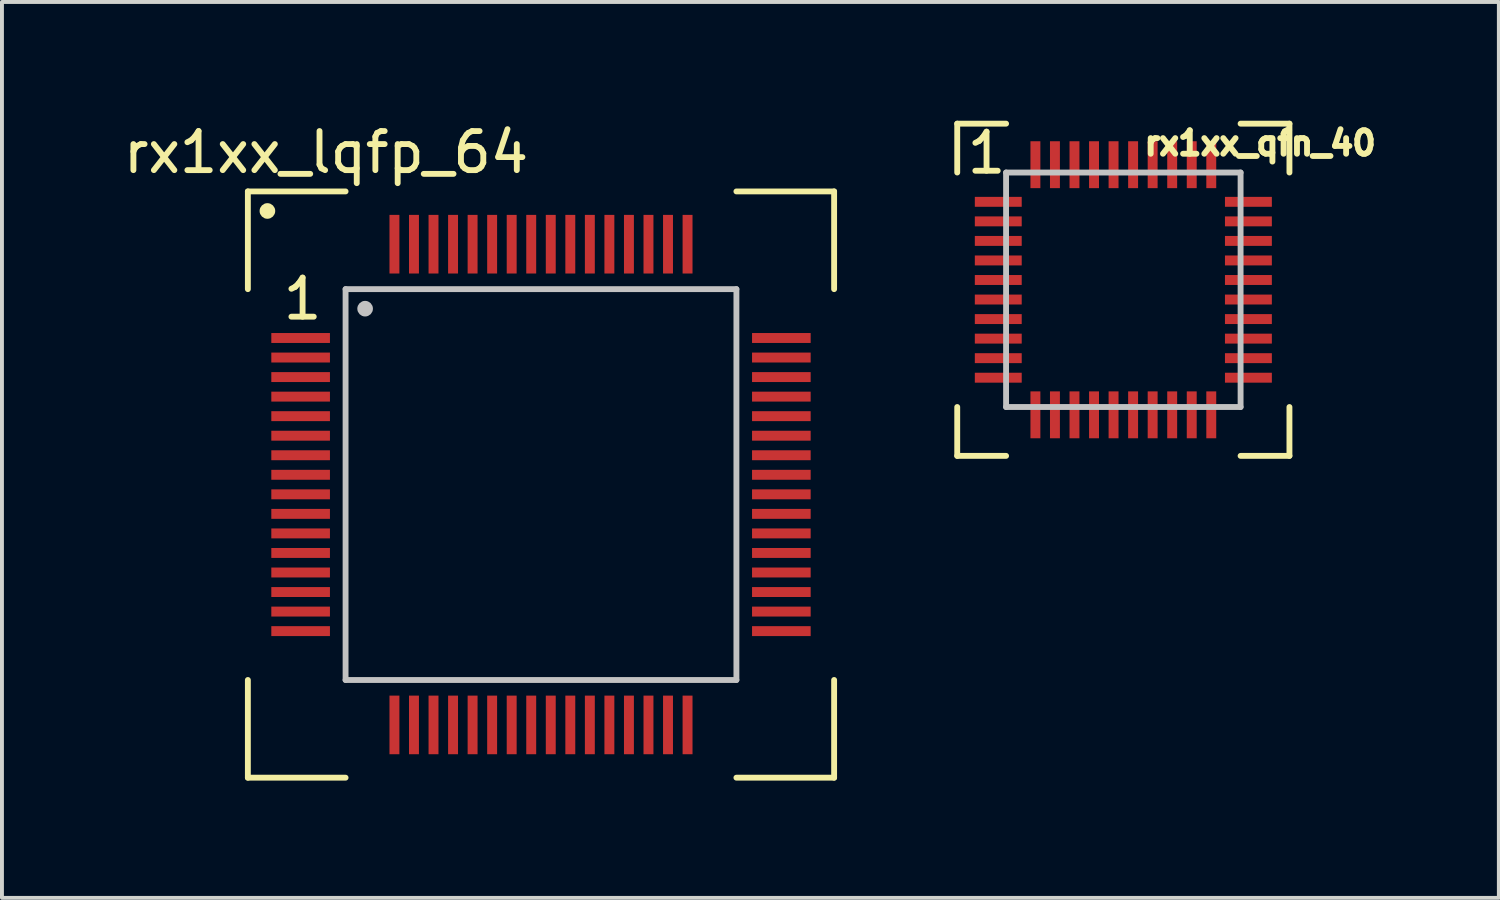
<source format=kicad_pcb>
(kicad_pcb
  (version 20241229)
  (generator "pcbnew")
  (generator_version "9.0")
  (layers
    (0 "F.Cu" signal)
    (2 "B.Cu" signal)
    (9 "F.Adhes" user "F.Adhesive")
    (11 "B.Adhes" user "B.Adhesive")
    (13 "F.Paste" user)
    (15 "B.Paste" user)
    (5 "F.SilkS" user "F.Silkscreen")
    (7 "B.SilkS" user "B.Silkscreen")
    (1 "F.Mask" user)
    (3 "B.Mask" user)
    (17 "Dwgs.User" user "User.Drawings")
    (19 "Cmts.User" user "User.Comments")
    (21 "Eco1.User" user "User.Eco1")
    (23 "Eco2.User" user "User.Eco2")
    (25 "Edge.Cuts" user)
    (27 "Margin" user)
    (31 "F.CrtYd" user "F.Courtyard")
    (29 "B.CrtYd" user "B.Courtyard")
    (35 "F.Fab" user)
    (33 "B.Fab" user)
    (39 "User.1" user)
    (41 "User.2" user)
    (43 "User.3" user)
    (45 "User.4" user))
  (footprint "rx1xx_qfn_40"
    (layer "F.Cu")
    (at 25.692 4.364)
    (property "Reference" "rx1xx_qfn_40" (at 3.5 -3.75 0) (layer "F.SilkS") (effects (font (size 0.6 0.6) (thickness 0.15))))
    (attr through_hole)
    (fp_line (start -4.25 -4.25) (end -4.25 -3) (stroke (width 0.15) (type solid)) (layer "F.SilkS"))
    (fp_line (start -4.25 -4.25) (end -3 -4.25) (stroke (width 0.15) (type solid)) (layer "F.SilkS"))
    (fp_line (start -4.25 4.25) (end -4.25 3) (stroke (width 0.15) (type solid)) (layer "F.SilkS"))
    (fp_line (start -4.25 4.25) (end -3 4.25) (stroke (width 0.15) (type solid)) (layer "F.SilkS"))
    (fp_line (start 4.25 -4.25) (end 3 -4.25) (stroke (width 0.15) (type solid)) (layer "F.SilkS"))
    (fp_line (start 4.25 -4.25) (end 4.25 -3) (stroke (width 0.15) (type solid)) (layer "F.SilkS"))
    (fp_line (start 4.25 4.25) (end 3 4.25) (stroke (width 0.15) (type solid)) (layer "F.SilkS"))
    (fp_line (start 4.25 4.25) (end 4.25 3) (stroke (width 0.15) (type solid)) (layer "F.SilkS"))
    (fp_line (start -3 -3) (end 3 -3) (stroke (width 0.15) (type solid)) (layer "Dwgs.User"))
    (fp_line (start -3 3) (end -3 -3) (stroke (width 0.15) (type solid)) (layer "Dwgs.User"))
    (fp_line (start -3 3) (end 3 3) (stroke (width 0.15) (type solid)) (layer "Dwgs.User"))
    (fp_line (start 3 3) (end 3 -3) (stroke (width 0.15) (type solid)) (layer "Dwgs.User"))
    (fp_text user "1" (at -3.5 -3.5 0) (layer "F.SilkS") (effects (font (size 1 1) (thickness 0.15))))
    (pad "1" smd rect (at -3.2 -2.25) (size 1.2 0.254) (layers "F.Cu" "F.Mask" "F.Paste"))
    (pad "2" smd rect (at -3.2 -1.75) (size 1.2 0.254) (layers "F.Cu" "F.Mask" "F.Paste"))
    (pad "3" smd rect (at -3.2 -1.25) (size 1.2 0.254) (layers "F.Cu" "F.Mask" "F.Paste"))
    (pad "4" smd rect (at -3.2 -0.75) (size 1.2 0.254) (layers "F.Cu" "F.Mask" "F.Paste"))
    (pad "5" smd rect (at -3.2 -0.25) (size 1.2 0.254) (layers "F.Cu" "F.Mask" "F.Paste"))
    (pad "6" smd rect (at -3.2 0.25) (size 1.2 0.254) (layers "F.Cu" "F.Mask" "F.Paste"))
    (pad "7" smd rect (at -3.2 0.75) (size 1.2 0.254) (layers "F.Cu" "F.Mask" "F.Paste"))
    (pad "8" smd rect (at -3.2 1.25) (size 1.2 0.254) (layers "F.Cu" "F.Mask" "F.Paste"))
    (pad "9" smd rect (at -3.2 1.75) (size 1.2 0.254) (layers "F.Cu" "F.Mask" "F.Paste"))
    (pad "10" smd rect (at -3.2 2.25) (size 1.2 0.254) (layers "F.Cu" "F.Mask" "F.Paste"))
    (pad "11" smd rect (at -2.25 3.2 90) (size 1.2 0.254) (layers "F.Cu" "F.Mask" "F.Paste"))
    (pad "12" smd rect (at -1.75 3.2 90) (size 1.2 0.254) (layers "F.Cu" "F.Mask" "F.Paste"))
    (pad "13" smd rect (at -1.25 3.2 90) (size 1.2 0.254) (layers "F.Cu" "F.Mask" "F.Paste"))
    (pad "14" smd rect (at -0.75 3.2 90) (size 1.2 0.254) (layers "F.Cu" "F.Mask" "F.Paste"))
    (pad "15" smd rect (at -0.25 3.2 90) (size 1.2 0.254) (layers "F.Cu" "F.Mask" "F.Paste"))
    (pad "16" smd rect (at 0.25 3.2 90) (size 1.2 0.254) (layers "F.Cu" "F.Mask" "F.Paste"))
    (pad "17" smd rect (at 0.75 3.2 90) (size 1.2 0.254) (layers "F.Cu" "F.Mask" "F.Paste"))
    (pad "18" smd rect (at 1.25 3.2 90) (size 1.2 0.254) (layers "F.Cu" "F.Mask" "F.Paste"))
    (pad "19" smd rect (at 1.75 3.2 90) (size 1.2 0.254) (layers "F.Cu" "F.Mask" "F.Paste"))
    (pad "20" smd rect (at 2.25 3.2 90) (size 1.2 0.254) (layers "F.Cu" "F.Mask" "F.Paste"))
    (pad "21" smd rect (at 3.2 2.25 180) (size 1.2 0.254) (layers "F.Cu" "F.Mask" "F.Paste"))
    (pad "22" smd rect (at 3.2 1.75 180) (size 1.2 0.254) (layers "F.Cu" "F.Mask" "F.Paste"))
    (pad "23" smd rect (at 3.2 1.25 180) (size 1.2 0.254) (layers "F.Cu" "F.Mask" "F.Paste"))
    (pad "24" smd rect (at 3.2 0.75 180) (size 1.2 0.254) (layers "F.Cu" "F.Mask" "F.Paste"))
    (pad "25" smd rect (at 3.2 0.25 180) (size 1.2 0.254) (layers "F.Cu" "F.Mask" "F.Paste"))
    (pad "26" smd rect (at 3.2 -0.25 180) (size 1.2 0.254) (layers "F.Cu" "F.Mask" "F.Paste"))
    (pad "27" smd rect (at 3.2 -0.75 180) (size 1.2 0.254) (layers "F.Cu" "F.Mask" "F.Paste"))
    (pad "28" smd rect (at 3.2 -1.25 180) (size 1.2 0.254) (layers "F.Cu" "F.Mask" "F.Paste"))
    (pad "29" smd rect (at 3.2 -1.75 180) (size 1.2 0.254) (layers "F.Cu" "F.Mask" "F.Paste"))
    (pad "30" smd rect (at 3.2 -2.25 180) (size 1.2 0.254) (layers "F.Cu" "F.Mask" "F.Paste"))
    (pad "31" smd rect (at 2.25 -3.2 270) (size 1.2 0.254) (layers "F.Cu" "F.Mask" "F.Paste"))
    (pad "32" smd rect (at 1.75 -3.2 270) (size 1.2 0.254) (layers "F.Cu" "F.Mask" "F.Paste"))
    (pad "33" smd rect (at 1.25 -3.2 270) (size 1.2 0.254) (layers "F.Cu" "F.Mask" "F.Paste"))
    (pad "34" smd rect (at 0.75 -3.2 270) (size 1.2 0.254) (layers "F.Cu" "F.Mask" "F.Paste"))
    (pad "35" smd rect (at 0.25 -3.2 270) (size 1.2 0.254) (layers "F.Cu" "F.Mask" "F.Paste"))
    (pad "36" smd rect (at -0.25 -3.2 270) (size 1.2 0.254) (layers "F.Cu" "F.Mask" "F.Paste"))
    (pad "37" smd rect (at -0.75 -3.2 270) (size 1.2 0.254) (layers "F.Cu" "F.Mask" "F.Paste"))
    (pad "38" smd rect (at -1.25 -3.2 270) (size 1.2 0.254) (layers "F.Cu" "F.Mask" "F.Paste"))
    (pad "39" smd rect (at -1.75 -3.2 270) (size 1.2 0.254) (layers "F.Cu" "F.Mask" "F.Paste"))
    (pad "40" smd rect (at -2.25 -3.2 270) (size 1.2 0.254) (layers "F.Cu" "F.Mask" "F.Paste")))
  (footprint "rx1xx_lqfp_64"
    (layer "F.Cu")
    (at 10.792 9.348)
    (property "Reference" "rx1xx_lqfp_64" (at -5.5 -8.5 0) (layer "F.SilkS") (effects (font (size 1 1) (thickness 0.15))))
    (attr through_hole)
    (fp_line (start -7.5 -7.5) (end -7.5 -5) (stroke (width 0.15) (type solid)) (layer "F.SilkS"))
    (fp_line (start -7.5 -7.5) (end -5 -7.5) (stroke (width 0.15) (type solid)) (layer "F.SilkS"))
    (fp_line (start -7.5 7.5) (end -7.5 5) (stroke (width 0.15) (type solid)) (layer "F.SilkS"))
    (fp_line (start -7.5 7.5) (end -5 7.5) (stroke (width 0.15) (type solid)) (layer "F.SilkS"))
    (fp_line (start 7.5 -7.5) (end 5 -7.5) (stroke (width 0.15) (type solid)) (layer "F.SilkS"))
    (fp_line (start 7.5 -7.5) (end 7.5 -5) (stroke (width 0.15) (type solid)) (layer "F.SilkS"))
    (fp_line (start 7.5 7.5) (end 5 7.5) (stroke (width 0.15) (type solid)) (layer "F.SilkS"))
    (fp_line (start 7.5 7.5) (end 7.5 5) (stroke (width 0.15) (type solid)) (layer "F.SilkS"))
    (fp_circle (center -7 -7) (end -6.9 -7) (stroke (width 0.2) (type solid)) (fill no) (layer "F.SilkS"))
    (fp_line (start -5 -5) (end -5 5) (stroke (width 0.15) (type solid)) (layer "Dwgs.User"))
    (fp_line (start -5 -5) (end 5 -5) (stroke (width 0.15) (type solid)) (layer "Dwgs.User"))
    (fp_line (start 5 5) (end -5 5) (stroke (width 0.15) (type solid)) (layer "Dwgs.User"))
    (fp_line (start 5 5) (end 5 -5) (stroke (width 0.15) (type solid)) (layer "Dwgs.User"))
    (fp_circle (center -4.5 -4.5) (end -4.4 -4.5) (stroke (width 0.2) (type solid)) (fill no) (layer "Dwgs.User"))
    (fp_text user "1" (at -6.1 -4.75 0) (layer "F.SilkS") (effects (font (size 1 1) (thickness 0.15))))
    (pad "1" smd rect (at -6.15 -3.75 180) (size 1.5 0.254) (layers "F.Cu" "F.Mask" "F.Paste"))
    (pad "2" smd rect (at -6.15 -3.25 180) (size 1.5 0.254) (layers "F.Cu" "F.Mask" "F.Paste"))
    (pad "3" smd rect (at -6.15 -2.75 180) (size 1.5 0.254) (layers "F.Cu" "F.Mask" "F.Paste"))
    (pad "4" smd rect (at -6.15 -2.25 180) (size 1.5 0.254) (layers "F.Cu" "F.Mask" "F.Paste"))
    (pad "5" smd rect (at -6.15 -1.75 180) (size 1.5 0.254) (layers "F.Cu" "F.Mask" "F.Paste"))
    (pad "6" smd rect (at -6.15 -1.25 180) (size 1.5 0.254) (layers "F.Cu" "F.Mask" "F.Paste"))
    (pad "7" smd rect (at -6.15 -0.75 180) (size 1.5 0.254) (layers "F.Cu" "F.Mask" "F.Paste"))
    (pad "8" smd rect (at -6.15 -0.25 180) (size 1.5 0.254) (layers "F.Cu" "F.Mask" "F.Paste"))
    (pad "9" smd rect (at -6.15 0.25 180) (size 1.5 0.254) (layers "F.Cu" "F.Mask" "F.Paste"))
    (pad "10" smd rect (at -6.15 0.75 180) (size 1.5 0.254) (layers "F.Cu" "F.Mask" "F.Paste"))
    (pad "11" smd rect (at -6.15 1.25 180) (size 1.5 0.254) (layers "F.Cu" "F.Mask" "F.Paste"))
    (pad "12" smd rect (at -6.15 1.75 180) (size 1.5 0.254) (layers "F.Cu" "F.Mask" "F.Paste"))
    (pad "13" smd rect (at -6.15 2.25 180) (size 1.5 0.254) (layers "F.Cu" "F.Mask" "F.Paste"))
    (pad "14" smd rect (at -6.15 2.75 180) (size 1.5 0.254) (layers "F.Cu" "F.Mask" "F.Paste"))
    (pad "15" smd rect (at -6.15 3.25 180) (size 1.5 0.254) (layers "F.Cu" "F.Mask" "F.Paste"))
    (pad "16" smd rect (at -6.15 3.75 180) (size 1.5 0.254) (layers "F.Cu" "F.Mask" "F.Paste"))
    (pad "17" smd rect (at -3.75 6.15 270) (size 1.5 0.254) (layers "F.Cu" "F.Mask" "F.Paste"))
    (pad "18" smd rect (at -3.25 6.15 270) (size 1.5 0.254) (layers "F.Cu" "F.Mask" "F.Paste"))
    (pad "19" smd rect (at -2.75 6.15 270) (size 1.5 0.254) (layers "F.Cu" "F.Mask" "F.Paste"))
    (pad "20" smd rect (at -2.25 6.15 270) (size 1.5 0.254) (layers "F.Cu" "F.Mask" "F.Paste"))
    (pad "21" smd rect (at -1.75 6.15 270) (size 1.5 0.254) (layers "F.Cu" "F.Mask" "F.Paste"))
    (pad "22" smd rect (at -1.25 6.15 270) (size 1.5 0.254) (layers "F.Cu" "F.Mask" "F.Paste"))
    (pad "23" smd rect (at -0.75 6.15 270) (size 1.5 0.254) (layers "F.Cu" "F.Mask" "F.Paste"))
    (pad "24" smd rect (at -0.25 6.15 270) (size 1.5 0.254) (layers "F.Cu" "F.Mask" "F.Paste"))
    (pad "25" smd rect (at 0.25 6.15 270) (size 1.5 0.254) (layers "F.Cu" "F.Mask" "F.Paste"))
    (pad "26" smd rect (at 0.75 6.15 270) (size 1.5 0.254) (layers "F.Cu" "F.Mask" "F.Paste"))
    (pad "27" smd rect (at 1.25 6.15 270) (size 1.5 0.254) (layers "F.Cu" "F.Mask" "F.Paste"))
    (pad "28" smd rect (at 1.75 6.15 270) (size 1.5 0.254) (layers "F.Cu" "F.Mask" "F.Paste"))
    (pad "29" smd rect (at 2.25 6.15 270) (size 1.5 0.254) (layers "F.Cu" "F.Mask" "F.Paste"))
    (pad "30" smd rect (at 2.75 6.15 270) (size 1.5 0.254) (layers "F.Cu" "F.Mask" "F.Paste"))
    (pad "31" smd rect (at 3.25 6.15 270) (size 1.5 0.254) (layers "F.Cu" "F.Mask" "F.Paste"))
    (pad "32" smd rect (at 3.75 6.15 270) (size 1.5 0.254) (layers "F.Cu" "F.Mask" "F.Paste"))
    (pad "33" smd rect (at 6.15 3.75 180) (size 1.5 0.254) (layers "F.Cu" "F.Mask" "F.Paste"))
    (pad "34" smd rect (at 6.15 3.25 180) (size 1.5 0.254) (layers "F.Cu" "F.Mask" "F.Paste"))
    (pad "35" smd rect (at 6.15 2.75 180) (size 1.5 0.254) (layers "F.Cu" "F.Mask" "F.Paste"))
    (pad "36" smd rect (at 6.15 2.25 180) (size 1.5 0.254) (layers "F.Cu" "F.Mask" "F.Paste"))
    (pad "37" smd rect (at 6.15 1.75 180) (size 1.5 0.254) (layers "F.Cu" "F.Mask" "F.Paste"))
    (pad "38" smd rect (at 6.15 1.25 180) (size 1.5 0.254) (layers "F.Cu" "F.Mask" "F.Paste"))
    (pad "39" smd rect (at 6.15 0.75 180) (size 1.5 0.254) (layers "F.Cu" "F.Mask" "F.Paste"))
    (pad "40" smd rect (at 6.15 0.25 180) (size 1.5 0.254) (layers "F.Cu" "F.Mask" "F.Paste"))
    (pad "41" smd rect (at 6.15 -0.25 180) (size 1.5 0.254) (layers "F.Cu" "F.Mask" "F.Paste"))
    (pad "42" smd rect (at 6.15 -0.75 180) (size 1.5 0.254) (layers "F.Cu" "F.Mask" "F.Paste"))
    (pad "43" smd rect (at 6.15 -1.25 180) (size 1.5 0.254) (layers "F.Cu" "F.Mask" "F.Paste"))
    (pad "44" smd rect (at 6.15 -1.75 180) (size 1.5 0.254) (layers "F.Cu" "F.Mask" "F.Paste"))
    (pad "45" smd rect (at 6.15 -2.25 180) (size 1.5 0.254) (layers "F.Cu" "F.Mask" "F.Paste"))
    (pad "46" smd rect (at 6.15 -2.75 180) (size 1.5 0.254) (layers "F.Cu" "F.Mask" "F.Paste"))
    (pad "47" smd rect (at 6.15 -3.25 180) (size 1.5 0.254) (layers "F.Cu" "F.Mask" "F.Paste"))
    (pad "48" smd rect (at 6.15 -3.75 180) (size 1.5 0.254) (layers "F.Cu" "F.Mask" "F.Paste"))
    (pad "49" smd rect (at 3.75 -6.15 90) (size 1.5 0.254) (layers "F.Cu" "F.Mask" "F.Paste"))
    (pad "50" smd rect (at 3.25 -6.15 90) (size 1.5 0.254) (layers "F.Cu" "F.Mask" "F.Paste"))
    (pad "51" smd rect (at 2.75 -6.15 90) (size 1.5 0.254) (layers "F.Cu" "F.Mask" "F.Paste"))
    (pad "52" smd rect (at 2.25 -6.15 90) (size 1.5 0.254) (layers "F.Cu" "F.Mask" "F.Paste"))
    (pad "53" smd rect (at 1.75 -6.15 90) (size 1.5 0.254) (layers "F.Cu" "F.Mask" "F.Paste"))
    (pad "54" smd rect (at 1.25 -6.15 90) (size 1.5 0.254) (layers "F.Cu" "F.Mask" "F.Paste"))
    (pad "55" smd rect (at 0.75 -6.15 90) (size 1.5 0.254) (layers "F.Cu" "F.Mask" "F.Paste"))
    (pad "56" smd rect (at 0.25 -6.15 90) (size 1.5 0.254) (layers "F.Cu" "F.Mask" "F.Paste"))
    (pad "57" smd rect (at -0.25 -6.15 90) (size 1.5 0.254) (layers "F.Cu" "F.Mask" "F.Paste"))
    (pad "58" smd rect (at -0.75 -6.15 90) (size 1.5 0.254) (layers "F.Cu" "F.Mask" "F.Paste"))
    (pad "59" smd rect (at -1.25 -6.15 90) (size 1.5 0.254) (layers "F.Cu" "F.Mask" "F.Paste"))
    (pad "60" smd rect (at -1.75 -6.15 90) (size 1.5 0.254) (layers "F.Cu" "F.Mask" "F.Paste"))
    (pad "61" smd rect (at -2.25 -6.15 90) (size 1.5 0.254) (layers "F.Cu" "F.Mask" "F.Paste"))
    (pad "62" smd rect (at -2.75 -6.15 90) (size 1.5 0.254) (layers "F.Cu" "F.Mask" "F.Paste"))
    (pad "63" smd rect (at -3.25 -6.15 90) (size 1.5 0.254) (layers "F.Cu" "F.Mask" "F.Paste"))
    (pad "64" smd rect (at -3.75 -6.15 90) (size 1.5 0.254) (layers "F.Cu" "F.Mask" "F.Paste")))
  (gr_rect
    (start -3 -3)
    (end 35.3 19.923)
    (stroke (width 0.1) (type default))
    (fill no)
    (layer "Edge.Cuts")))
</source>
